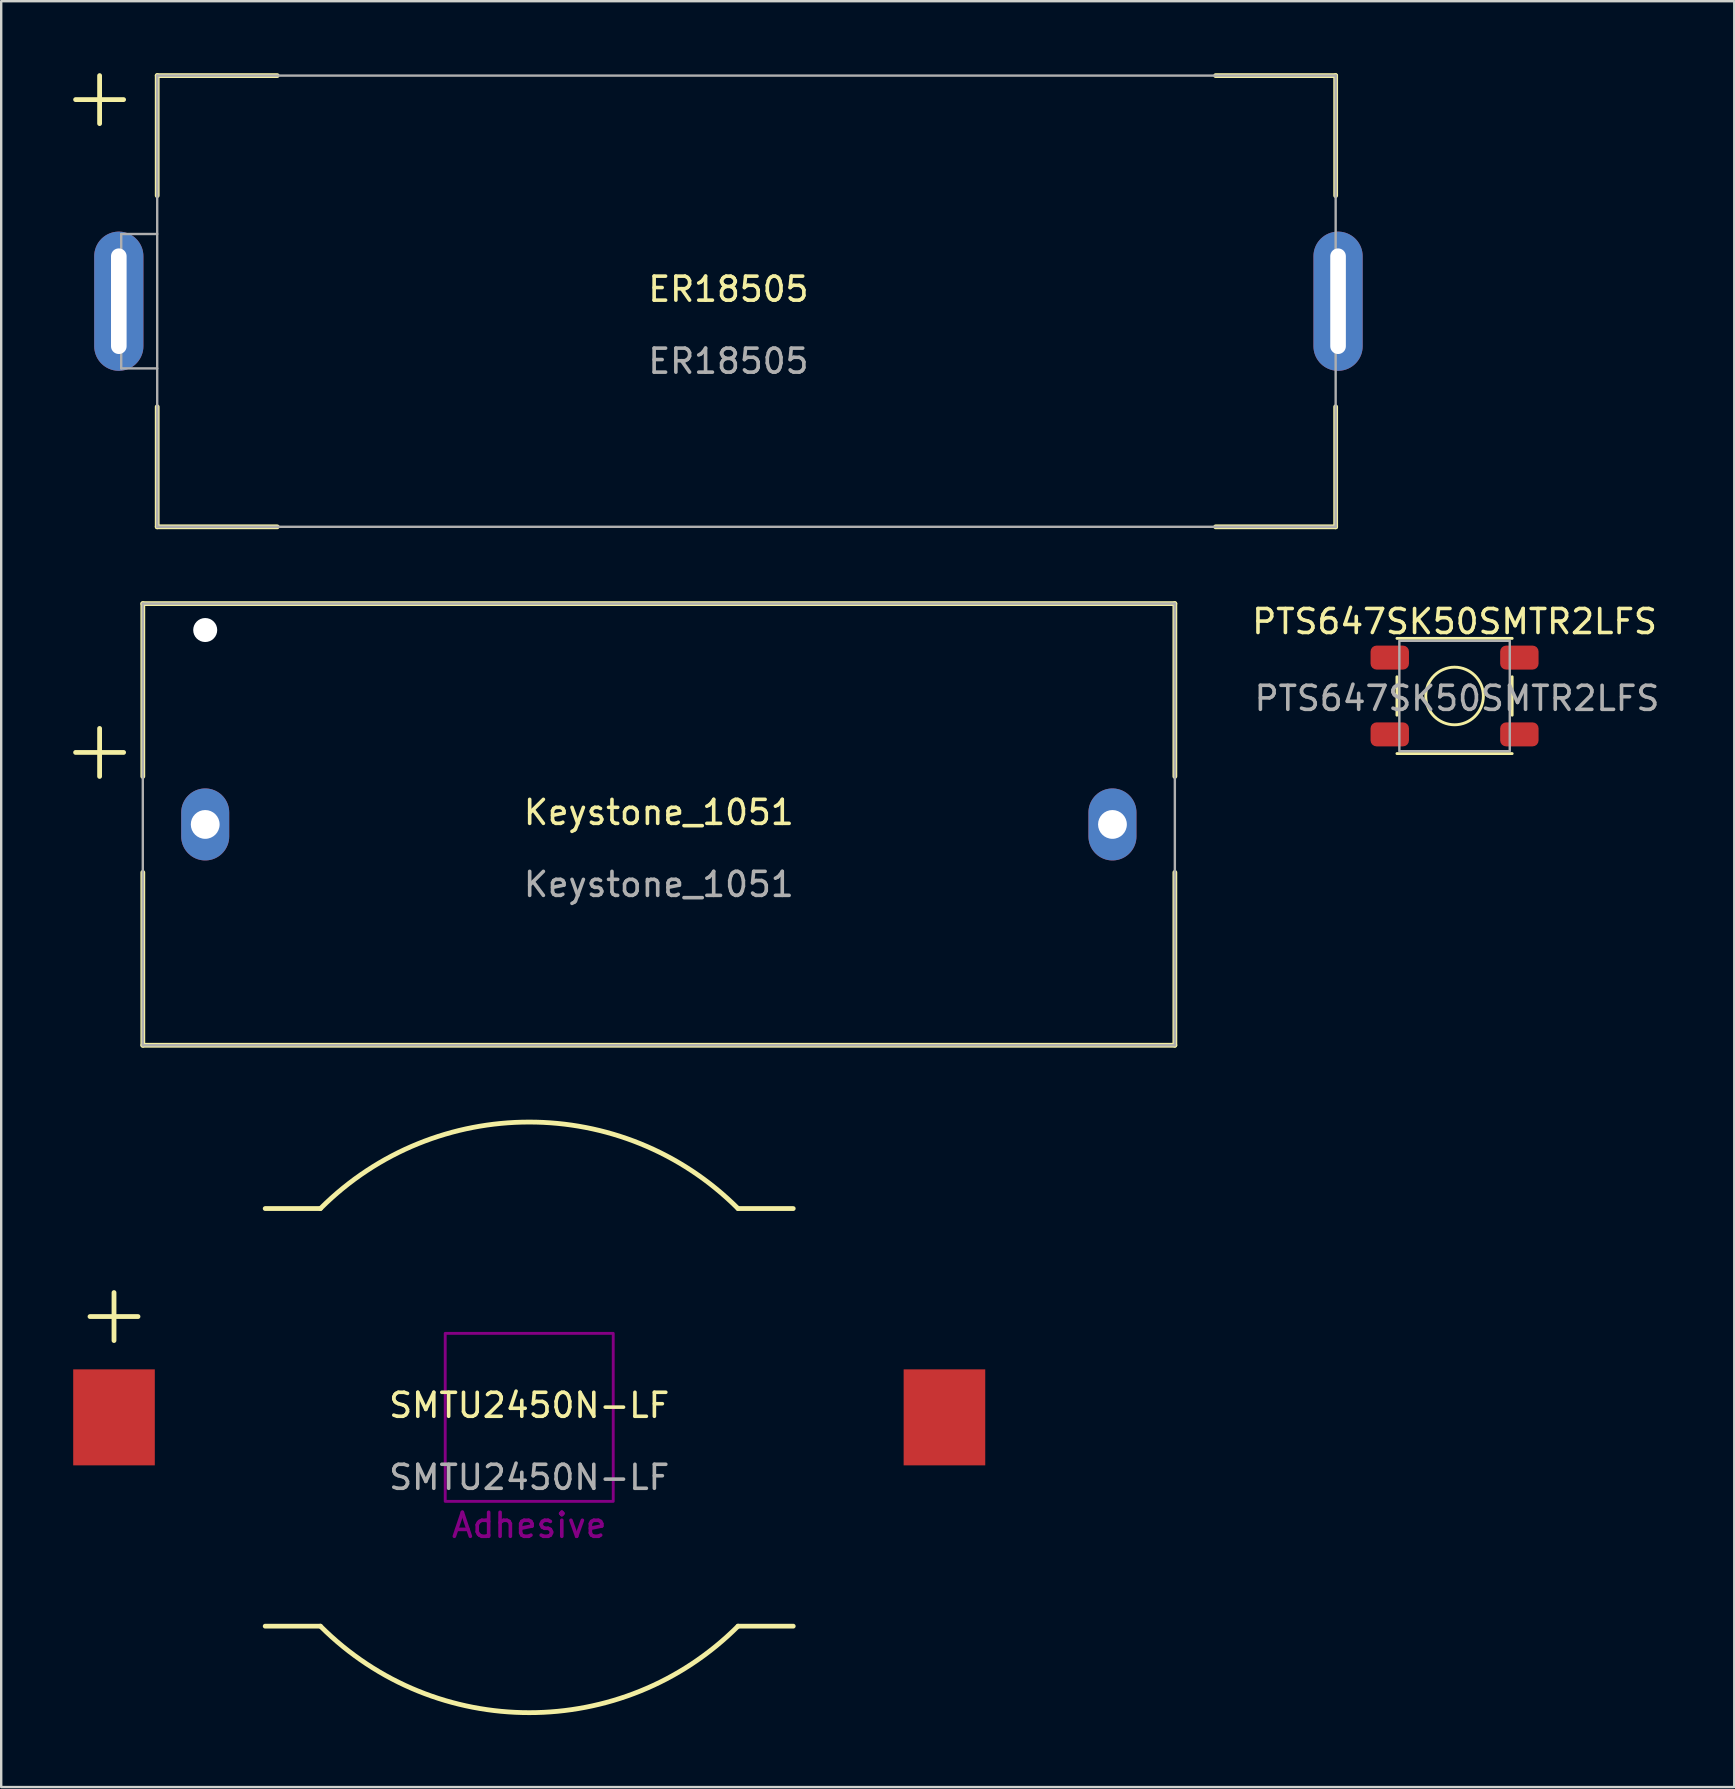
<source format=kicad_pcb>
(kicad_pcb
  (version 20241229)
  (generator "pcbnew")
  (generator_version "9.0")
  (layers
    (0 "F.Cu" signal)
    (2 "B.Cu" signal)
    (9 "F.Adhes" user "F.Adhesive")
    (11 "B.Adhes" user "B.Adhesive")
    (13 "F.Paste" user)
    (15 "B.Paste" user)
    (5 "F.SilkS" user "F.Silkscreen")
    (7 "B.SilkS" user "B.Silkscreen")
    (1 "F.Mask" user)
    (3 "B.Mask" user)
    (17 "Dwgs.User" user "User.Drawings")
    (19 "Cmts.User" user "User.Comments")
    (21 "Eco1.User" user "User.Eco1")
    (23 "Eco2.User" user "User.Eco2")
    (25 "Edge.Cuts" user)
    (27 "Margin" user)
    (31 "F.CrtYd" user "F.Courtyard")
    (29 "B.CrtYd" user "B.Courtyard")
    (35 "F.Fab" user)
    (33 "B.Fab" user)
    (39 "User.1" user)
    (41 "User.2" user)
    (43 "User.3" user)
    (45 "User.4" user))
  (footprint "ER18505"
    (layer "F.Cu")
    (at 27.3 9.5)
    (property "Reference" "ER18505" (at 0 -0.5 0) (layer "F.SilkS") (effects (font (size 1 1) (thickness 0.15))))
    (attr through_hole)
    (fp_line (start -27.2 -8.4) (end -25.2 -8.4) (stroke (width 0.2) (type solid)) (layer "F.SilkS"))
    (fp_line (start -26.2 -9.4) (end -26.2 -7.4) (stroke (width 0.2) (type solid)) (layer "F.SilkS"))
    (fp_line (start -23.8 -9.4) (end -23.8 -4.4) (stroke (width 0.2) (type solid)) (layer "F.SilkS"))
    (fp_line (start -23.8 -9.4) (end -18.8 -9.4) (stroke (width 0.2) (type solid)) (layer "F.SilkS"))
    (fp_line (start -23.8 4.4) (end -23.8 9.4) (stroke (width 0.2) (type solid)) (layer "F.SilkS"))
    (fp_line (start -23.8 9.4) (end -18.8 9.4) (stroke (width 0.2) (type solid)) (layer "F.SilkS"))
    (fp_line (start 25.3 -9.4) (end 20.3 -9.4) (stroke (width 0.2) (type solid)) (layer "F.SilkS"))
    (fp_line (start 25.3 -9.4) (end 25.3 -4.4) (stroke (width 0.2) (type solid)) (layer "F.SilkS"))
    (fp_line (start 25.3 9.4) (end 20.3 9.4) (stroke (width 0.2) (type solid)) (layer "F.SilkS"))
    (fp_line (start 25.3 9.4) (end 25.3 4.4) (stroke (width 0.2) (type solid)) (layer "F.SilkS"))
    (fp_line (start -25.3 -2.8) (end -25.3 2.8) (stroke (width 0.1) (type solid)) (layer "F.Fab"))
    (fp_line (start -25.3 2.8) (end -23.8 2.8) (stroke (width 0.1) (type solid)) (layer "F.Fab"))
    (fp_line (start -23.8 -9.4) (end -23.8 9.4) (stroke (width 0.1) (type solid)) (layer "F.Fab"))
    (fp_line (start -23.8 -2.8) (end -25.3 -2.8) (stroke (width 0.1) (type solid)) (layer "F.Fab"))
    (fp_line (start -23.8 9.4) (end 25.3 9.4) (stroke (width 0.1) (type solid)) (layer "F.Fab"))
    (fp_line (start 25.3 -9.4) (end -23.8 -9.4) (stroke (width 0.1) (type solid)) (layer "F.Fab"))
    (fp_line (start 25.3 9.4) (end 25.3 -9.4) (stroke (width 0.1) (type solid)) (layer "F.Fab"))
    (fp_text user "${REFERENCE}" (at 0 2.5 0) (layer "F.Fab") (effects (font (size 1 1) (thickness 0.15))))
    (pad "1" thru_hole oval (at -25.4 0) (size 2.05 5.8) (drill oval 0.65 4.4) (layers "*.Cu" "*.Mask"))
    (pad "2" thru_hole oval (at 25.4 0) (size 2.05 5.8) (drill oval 0.65 4.4) (layers "*.Cu" "*.Mask")))
  (footprint "Keystone_1051"
    (layer "F.Cu")
    (at 24.4 31.3)
    (property "Reference" "Keystone_1051" (at 0 -0.5 0) (layer "F.SilkS") (effects (font (size 1 1) (thickness 0.15))))
    (attr through_hole)
    (fp_line (start -24.3 -3) (end -22.3 -3) (stroke (width 0.2) (type solid)) (layer "F.SilkS"))
    (fp_line (start -23.3 -4) (end -23.3 -2) (stroke (width 0.2) (type solid)) (layer "F.SilkS"))
    (fp_line (start -21.5 -9.2) (end -21.5 -2) (stroke (width 0.2) (type solid)) (layer "F.SilkS"))
    (fp_line (start -21.5 2) (end -21.5 9.2) (stroke (width 0.2) (type solid)) (layer "F.SilkS"))
    (fp_line (start -21.5 9.2) (end 21.5 9.2) (stroke (width 0.2) (type solid)) (layer "F.SilkS"))
    (fp_line (start 21.5 -9.2) (end -21.5 -9.2) (stroke (width 0.2) (type solid)) (layer "F.SilkS"))
    (fp_line (start 21.5 -2) (end 21.5 -9.2) (stroke (width 0.2) (type solid)) (layer "F.SilkS"))
    (fp_line (start 21.5 9.2) (end 21.5 2) (stroke (width 0.2) (type solid)) (layer "F.SilkS"))
    (fp_line (start -21.5 -9.2) (end -21.5 9.2) (stroke (width 0.1) (type solid)) (layer "F.Fab"))
    (fp_line (start -21.5 9.2) (end 21.5 9.2) (stroke (width 0.1) (type solid)) (layer "F.Fab"))
    (fp_line (start 21.5 -9.2) (end -21.5 -9.2) (stroke (width 0.1) (type solid)) (layer "F.Fab"))
    (fp_line (start 21.5 9.2) (end 21.5 -9.2) (stroke (width 0.1) (type solid)) (layer "F.Fab"))
    (fp_text user "${REFERENCE}" (at 0 2.5 0) (layer "F.Fab") (effects (font (size 1 1) (thickness 0.15))))
    (pad "" np_thru_hole circle (at -18.9 -8.1) (size 1 1) (drill 2) (layers "*.Cu" "*.Mask"))
    (pad "1" thru_hole oval (at -18.9 0) (size 2 3) (drill 1.2) (layers "*.Cu" "*.Mask"))
    (pad "2" thru_hole oval (at 18.9 0) (size 2 3) (drill 1.2) (layers "*.Cu" "*.Mask")))
  (footprint "PTS647SK50SMTR2LFS"
    (layer "F.Cu")
    (at 57.554 25.948)
    (property "Reference" "PTS647SK50SMTR2LFS" (at 0 -3.1 0) (layer "F.SilkS") (effects (font (size 1 1) (thickness 0.15))))
    (attr smd)
    (fp_line (start -2.4 -2.4) (end 2.4 -2.4) (stroke (width 0.12) (type solid)) (layer "F.SilkS"))
    (fp_line (start -2.4 -0.8) (end -2.4 0.8) (stroke (width 0.12) (type solid)) (layer "F.SilkS"))
    (fp_line (start -2.4 2.4) (end 2.4 2.4) (stroke (width 0.12) (type solid)) (layer "F.SilkS"))
    (fp_line (start 2.4 -0.8) (end 2.4 0.8) (stroke (width 0.12) (type solid)) (layer "F.SilkS"))
    (fp_circle (center 0 0) (end 1.2 0) (stroke (width 0.12) (type solid)) (fill no) (layer "F.SilkS"))
    (fp_rect (start -2.3 2.3) (end 2.3 -2.3) (stroke (width 0.1) (type solid)) (fill no) (layer "F.Fab"))
    (fp_text user "${REFERENCE}" (at 0.1 0.1 0) (layer "F.Fab") (effects (font (size 1 1) (thickness 0.15))))
    (pad "1" smd roundrect (at -2.7 -1.6) (size 1.6 1) (layers "F.Cu" "F.Mask" "F.Paste") (roundrect_rratio 0.25))
    (pad "2" smd roundrect (at 2.7 -1.6) (size 1.6 1) (layers "F.Cu" "F.Mask" "F.Paste") (roundrect_rratio 0.25))
    (pad "3" smd roundrect (at -2.7 1.6) (size 1.6 1) (layers "F.Cu" "F.Mask" "F.Paste") (roundrect_rratio 0.25))
    (pad "4" smd roundrect (at 2.7 1.6) (size 1.6 1) (layers "F.Cu" "F.Mask" "F.Paste") (roundrect_rratio 0.25)))
  (footprint "SMTU2450N-LF"
    (layer "F.Cu")
    (at 19 56.004)
    (property "Reference" "SMTU2450N-LF" (at 0 -0.5 0) (layer "F.SilkS") (effects (font (size 1 1) (thickness 0.15))))
    (attr smd)
    (fp_line (start -18.3 -4.2) (end -16.3 -4.2) (stroke (width 0.2) (type solid)) (layer "F.SilkS"))
    (fp_line (start -17.3 -5.2) (end -17.3 -3.2) (stroke (width 0.2) (type solid)) (layer "F.SilkS"))
    (fp_line (start -8.7 -8.7) (end -11 -8.7) (stroke (width 0.2) (type solid)) (layer "F.SilkS"))
    (fp_line (start -8.7 8.7) (end -11 8.7) (stroke (width 0.2) (type solid)) (layer "F.SilkS"))
    (fp_line (start 8.7 -8.7) (end 11 -8.7) (stroke (width 0.2) (type solid)) (layer "F.SilkS"))
    (fp_line (start 8.7 8.7) (end 11 8.7) (stroke (width 0.2) (type solid)) (layer "F.SilkS"))
    (fp_arc (start -8.699999 -8.699999) (mid 0 -12.303657) (end 8.699999 -8.699999) (stroke (width 0.2) (type solid)) (layer "F.SilkS"))
    (fp_arc (start 8.699999 8.699999) (mid 0 12.303657) (end -8.699999 8.699999) (stroke (width 0.2) (type solid)) (layer "F.SilkS"))
    (fp_rect (start -3.5 3.5) (end 3.5 -3.5) (stroke (width 0.12) (type solid)) (fill no) (layer "F.Adhes"))
    (fp_text user "Adhesive" (at 0 4.5 0) (unlocked yes) (layer "F.Adhes") (effects (font (size 1 1) (thickness 0.15))))
    (fp_text user "${REFERENCE}" (at 0 2.5 0) (layer "F.Fab") (effects (font (size 1 1) (thickness 0.15))))
    (pad "1" smd rect (at -17.3 0 90) (size 4 3.4) (layers "F.Cu" "F.Mask" "F.Paste"))
    (pad "2" smd rect (at 17.3 0 90) (size 4 3.4) (layers "F.Cu" "F.Mask" "F.Paste")))
  (gr_rect
    (start -3 -3)
    (end 69.207 71.407)
    (stroke (width 0.1) (type default))
    (fill no)
    (layer "Edge.Cuts")))
</source>
